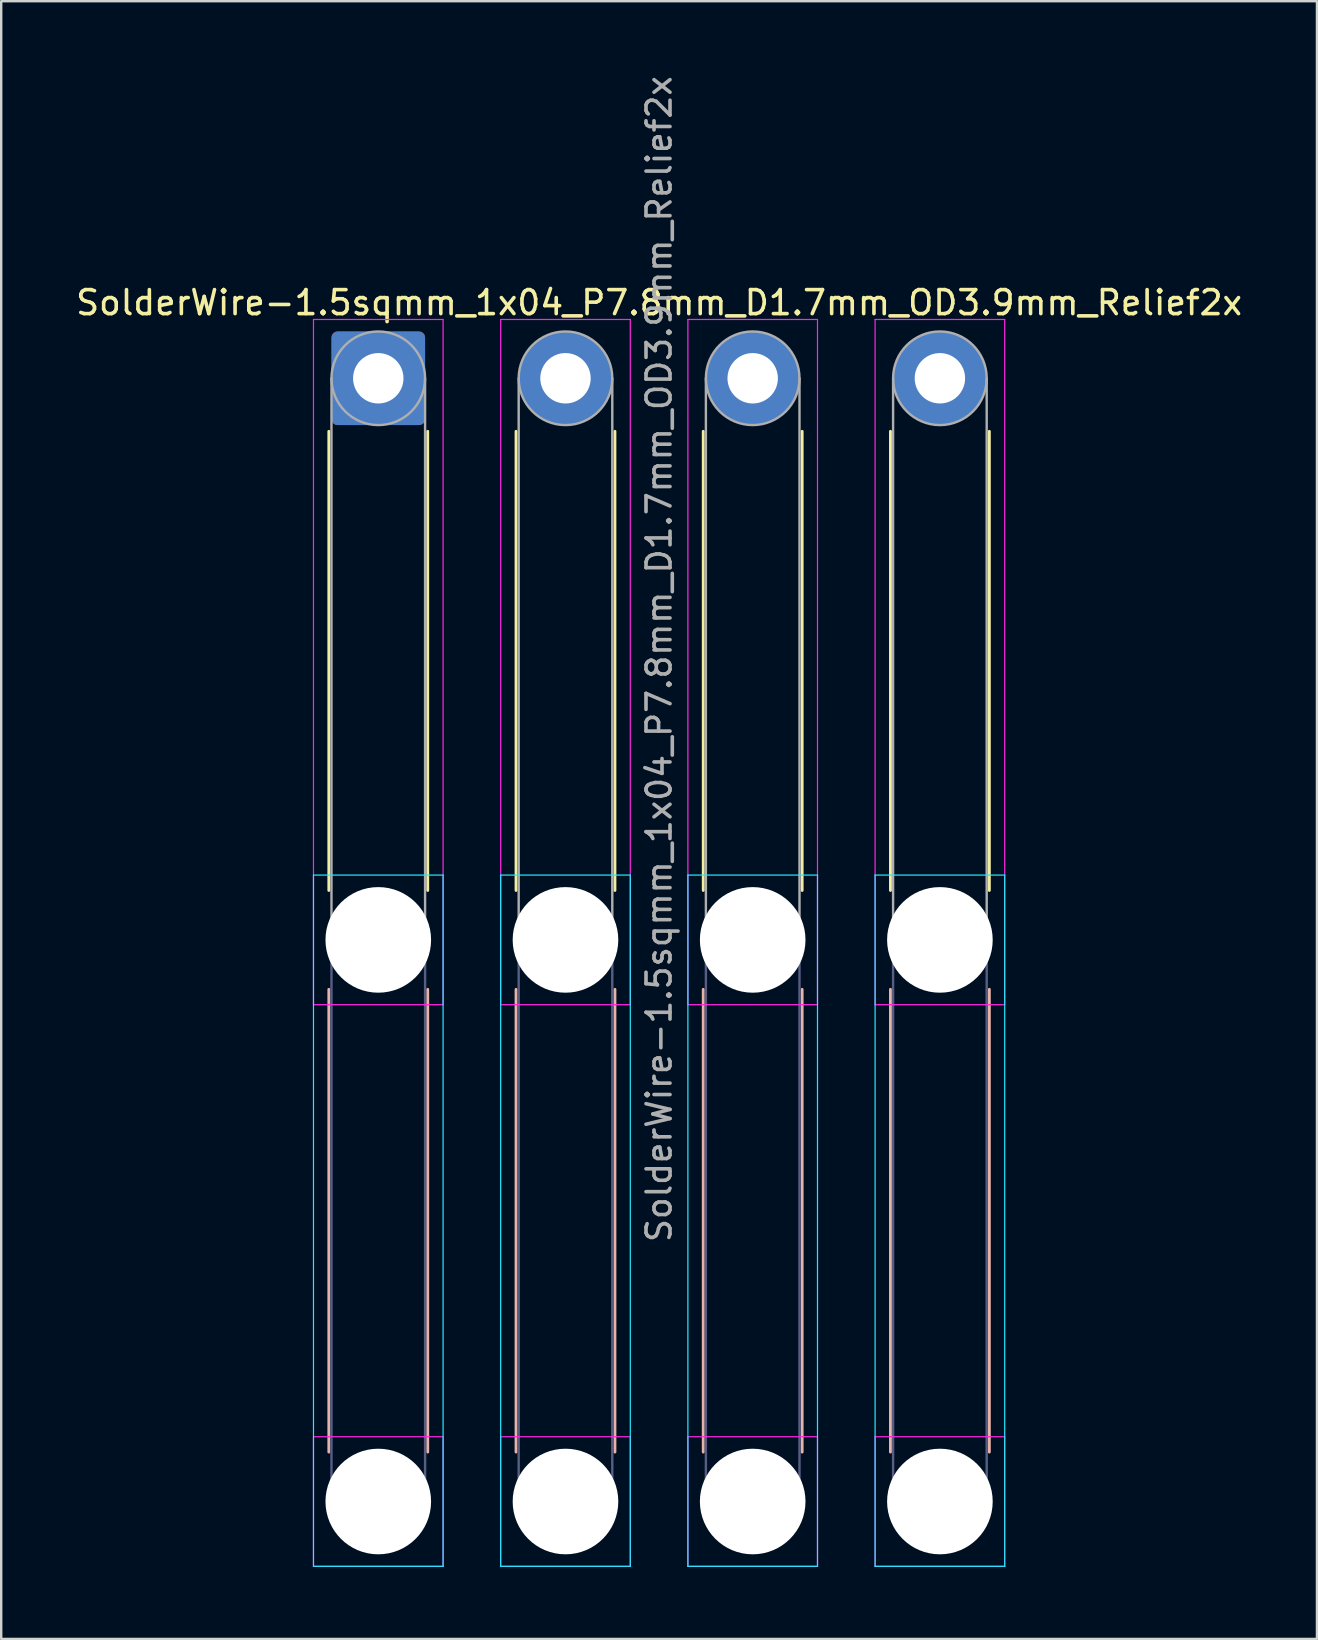
<source format=kicad_pcb>
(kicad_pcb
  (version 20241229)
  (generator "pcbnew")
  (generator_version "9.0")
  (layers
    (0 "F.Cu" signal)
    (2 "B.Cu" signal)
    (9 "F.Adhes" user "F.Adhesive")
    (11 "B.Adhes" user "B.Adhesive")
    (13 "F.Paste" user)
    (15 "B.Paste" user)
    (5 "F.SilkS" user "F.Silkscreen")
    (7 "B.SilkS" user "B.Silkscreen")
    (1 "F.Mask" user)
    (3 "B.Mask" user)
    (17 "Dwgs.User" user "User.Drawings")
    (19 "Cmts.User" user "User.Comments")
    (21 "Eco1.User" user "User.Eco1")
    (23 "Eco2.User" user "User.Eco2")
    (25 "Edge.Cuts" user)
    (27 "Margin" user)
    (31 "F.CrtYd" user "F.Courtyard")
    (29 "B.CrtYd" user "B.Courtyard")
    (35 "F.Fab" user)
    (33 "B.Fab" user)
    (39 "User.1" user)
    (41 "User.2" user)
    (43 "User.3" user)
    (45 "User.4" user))
  (footprint "SolderWire-1.5sqmm_1x04_P7.8mm_D1.7mm_OD3.9mm_Relief2x"
    (layer "F.Cu")
    (at 12.711 12.711)
    (property "Reference" "SolderWire-1.5sqmm_1x04_P7.8mm_D1.7mm_OD3.9mm_Relief2x" (at 11.7 -3.15 0) (layer "F.SilkS") (effects (font (size 1 1) (thickness 0.15))))
    (attr exclude_from_pos_files exclude_from_bom)
    (fp_line (start -2.06 2.21) (end -2.06 21.34) (stroke (width 0.12) (type solid)) (layer "F.SilkS"))
    (fp_line (start 2.06 2.21) (end 2.06 21.34) (stroke (width 0.12) (type solid)) (layer "F.SilkS"))
    (fp_line (start 5.74 2.21) (end 5.74 21.34) (stroke (width 0.12) (type solid)) (layer "F.SilkS"))
    (fp_line (start 9.86 2.21) (end 9.86 21.34) (stroke (width 0.12) (type solid)) (layer "F.SilkS"))
    (fp_line (start 13.54 2.21) (end 13.54 21.34) (stroke (width 0.12) (type solid)) (layer "F.SilkS"))
    (fp_line (start 17.66 2.21) (end 17.66 21.34) (stroke (width 0.12) (type solid)) (layer "F.SilkS"))
    (fp_line (start 21.34 2.21) (end 21.34 21.34) (stroke (width 0.12) (type solid)) (layer "F.SilkS"))
    (fp_line (start 25.46 2.21) (end 25.46 21.34) (stroke (width 0.12) (type solid)) (layer "F.SilkS"))
    (fp_line (start -2.06 25.46) (end -2.06 44.74) (stroke (width 0.12) (type solid)) (layer "B.SilkS"))
    (fp_line (start 2.06 25.46) (end 2.06 44.74) (stroke (width 0.12) (type solid)) (layer "B.SilkS"))
    (fp_line (start 5.74 25.46) (end 5.74 44.74) (stroke (width 0.12) (type solid)) (layer "B.SilkS"))
    (fp_line (start 9.86 25.46) (end 9.86 44.74) (stroke (width 0.12) (type solid)) (layer "B.SilkS"))
    (fp_line (start 13.54 25.46) (end 13.54 44.74) (stroke (width 0.12) (type solid)) (layer "B.SilkS"))
    (fp_line (start 17.66 25.46) (end 17.66 44.74) (stroke (width 0.12) (type solid)) (layer "B.SilkS"))
    (fp_line (start 21.34 25.46) (end 21.34 44.74) (stroke (width 0.12) (type solid)) (layer "B.SilkS"))
    (fp_line (start 25.46 25.46) (end 25.46 44.74) (stroke (width 0.12) (type solid)) (layer "B.SilkS"))
    (fp_line (start -2.7 20.7) (end -2.7 49.5) (stroke (width 0.05) (type solid)) (layer "B.CrtYd"))
    (fp_line (start -2.7 49.5) (end 2.7 49.5) (stroke (width 0.05) (type solid)) (layer "B.CrtYd"))
    (fp_line (start 2.7 20.7) (end -2.7 20.7) (stroke (width 0.05) (type solid)) (layer "B.CrtYd"))
    (fp_line (start 2.7 49.5) (end 2.7 20.7) (stroke (width 0.05) (type solid)) (layer "B.CrtYd"))
    (fp_line (start 5.1 20.7) (end 5.1 49.5) (stroke (width 0.05) (type solid)) (layer "B.CrtYd"))
    (fp_line (start 5.1 49.5) (end 10.5 49.5) (stroke (width 0.05) (type solid)) (layer "B.CrtYd"))
    (fp_line (start 10.5 20.7) (end 5.1 20.7) (stroke (width 0.05) (type solid)) (layer "B.CrtYd"))
    (fp_line (start 10.5 49.5) (end 10.5 20.7) (stroke (width 0.05) (type solid)) (layer "B.CrtYd"))
    (fp_line (start 12.9 20.7) (end 12.9 49.5) (stroke (width 0.05) (type solid)) (layer "B.CrtYd"))
    (fp_line (start 12.9 49.5) (end 18.3 49.5) (stroke (width 0.05) (type solid)) (layer "B.CrtYd"))
    (fp_line (start 18.3 20.7) (end 12.9 20.7) (stroke (width 0.05) (type solid)) (layer "B.CrtYd"))
    (fp_line (start 18.3 49.5) (end 18.3 20.7) (stroke (width 0.05) (type solid)) (layer "B.CrtYd"))
    (fp_line (start 20.7 20.7) (end 20.7 49.5) (stroke (width 0.05) (type solid)) (layer "B.CrtYd"))
    (fp_line (start 20.7 49.5) (end 26.1 49.5) (stroke (width 0.05) (type solid)) (layer "B.CrtYd"))
    (fp_line (start 26.1 20.7) (end 20.7 20.7) (stroke (width 0.05) (type solid)) (layer "B.CrtYd"))
    (fp_line (start 26.1 49.5) (end 26.1 20.7) (stroke (width 0.05) (type solid)) (layer "B.CrtYd"))
    (fp_line (start -2.7 -2.45) (end -2.7 26.1) (stroke (width 0.05) (type solid)) (layer "F.CrtYd"))
    (fp_line (start -2.7 26.1) (end 2.7 26.1) (stroke (width 0.05) (type solid)) (layer "F.CrtYd"))
    (fp_line (start -2.7 44.1) (end -2.7 49.5) (stroke (width 0.05) (type solid)) (layer "F.CrtYd"))
    (fp_line (start -2.7 49.5) (end 2.7 49.5) (stroke (width 0.05) (type solid)) (layer "F.CrtYd"))
    (fp_line (start 2.7 -2.45) (end -2.7 -2.45) (stroke (width 0.05) (type solid)) (layer "F.CrtYd"))
    (fp_line (start 2.7 26.1) (end 2.7 -2.45) (stroke (width 0.05) (type solid)) (layer "F.CrtYd"))
    (fp_line (start 2.7 44.1) (end -2.7 44.1) (stroke (width 0.05) (type solid)) (layer "F.CrtYd"))
    (fp_line (start 2.7 49.5) (end 2.7 44.1) (stroke (width 0.05) (type solid)) (layer "F.CrtYd"))
    (fp_line (start 5.1 -2.45) (end 5.1 26.1) (stroke (width 0.05) (type solid)) (layer "F.CrtYd"))
    (fp_line (start 5.1 26.1) (end 10.5 26.1) (stroke (width 0.05) (type solid)) (layer "F.CrtYd"))
    (fp_line (start 5.1 44.1) (end 5.1 49.5) (stroke (width 0.05) (type solid)) (layer "F.CrtYd"))
    (fp_line (start 5.1 49.5) (end 10.5 49.5) (stroke (width 0.05) (type solid)) (layer "F.CrtYd"))
    (fp_line (start 10.5 -2.45) (end 5.1 -2.45) (stroke (width 0.05) (type solid)) (layer "F.CrtYd"))
    (fp_line (start 10.5 26.1) (end 10.5 -2.45) (stroke (width 0.05) (type solid)) (layer "F.CrtYd"))
    (fp_line (start 10.5 44.1) (end 5.1 44.1) (stroke (width 0.05) (type solid)) (layer "F.CrtYd"))
    (fp_line (start 10.5 49.5) (end 10.5 44.1) (stroke (width 0.05) (type solid)) (layer "F.CrtYd"))
    (fp_line (start 12.9 -2.45) (end 12.9 26.1) (stroke (width 0.05) (type solid)) (layer "F.CrtYd"))
    (fp_line (start 12.9 26.1) (end 18.3 26.1) (stroke (width 0.05) (type solid)) (layer "F.CrtYd"))
    (fp_line (start 12.9 44.1) (end 12.9 49.5) (stroke (width 0.05) (type solid)) (layer "F.CrtYd"))
    (fp_line (start 12.9 49.5) (end 18.3 49.5) (stroke (width 0.05) (type solid)) (layer "F.CrtYd"))
    (fp_line (start 18.3 -2.45) (end 12.9 -2.45) (stroke (width 0.05) (type solid)) (layer "F.CrtYd"))
    (fp_line (start 18.3 26.1) (end 18.3 -2.45) (stroke (width 0.05) (type solid)) (layer "F.CrtYd"))
    (fp_line (start 18.3 44.1) (end 12.9 44.1) (stroke (width 0.05) (type solid)) (layer "F.CrtYd"))
    (fp_line (start 18.3 49.5) (end 18.3 44.1) (stroke (width 0.05) (type solid)) (layer "F.CrtYd"))
    (fp_line (start 20.7 -2.45) (end 20.7 26.1) (stroke (width 0.05) (type solid)) (layer "F.CrtYd"))
    (fp_line (start 20.7 26.1) (end 26.1 26.1) (stroke (width 0.05) (type solid)) (layer "F.CrtYd"))
    (fp_line (start 20.7 44.1) (end 20.7 49.5) (stroke (width 0.05) (type solid)) (layer "F.CrtYd"))
    (fp_line (start 20.7 49.5) (end 26.1 49.5) (stroke (width 0.05) (type solid)) (layer "F.CrtYd"))
    (fp_line (start 26.1 -2.45) (end 20.7 -2.45) (stroke (width 0.05) (type solid)) (layer "F.CrtYd"))
    (fp_line (start 26.1 26.1) (end 26.1 -2.45) (stroke (width 0.05) (type solid)) (layer "F.CrtYd"))
    (fp_line (start 26.1 44.1) (end 20.7 44.1) (stroke (width 0.05) (type solid)) (layer "F.CrtYd"))
    (fp_line (start 26.1 49.5) (end 26.1 44.1) (stroke (width 0.05) (type solid)) (layer "F.CrtYd"))
    (fp_line (start -1.95 23.4) (end -1.95 46.8) (stroke (width 0.1) (type solid)) (layer "B.Fab"))
    (fp_line (start 1.95 23.4) (end 1.95 46.8) (stroke (width 0.1) (type solid)) (layer "B.Fab"))
    (fp_line (start 5.85 23.4) (end 5.85 46.8) (stroke (width 0.1) (type solid)) (layer "B.Fab"))
    (fp_line (start 9.75 23.4) (end 9.75 46.8) (stroke (width 0.1) (type solid)) (layer "B.Fab"))
    (fp_line (start 13.65 23.4) (end 13.65 46.8) (stroke (width 0.1) (type solid)) (layer "B.Fab"))
    (fp_line (start 17.55 23.4) (end 17.55 46.8) (stroke (width 0.1) (type solid)) (layer "B.Fab"))
    (fp_line (start 21.45 23.4) (end 21.45 46.8) (stroke (width 0.1) (type solid)) (layer "B.Fab"))
    (fp_line (start 25.35 23.4) (end 25.35 46.8) (stroke (width 0.1) (type solid)) (layer "B.Fab"))
    (fp_circle (center 0 23.4) (end 1.95 23.4) (stroke (width 0.1) (type solid)) (fill no) (layer "B.Fab"))
    (fp_circle (center 0 46.8) (end 1.95 46.8) (stroke (width 0.1) (type solid)) (fill no) (layer "B.Fab"))
    (fp_circle (center 7.8 23.4) (end 9.75 23.4) (stroke (width 0.1) (type solid)) (fill no) (layer "B.Fab"))
    (fp_circle (center 7.8 46.8) (end 9.75 46.8) (stroke (width 0.1) (type solid)) (fill no) (layer "B.Fab"))
    (fp_circle (center 15.6 23.4) (end 17.55 23.4) (stroke (width 0.1) (type solid)) (fill no) (layer "B.Fab"))
    (fp_circle (center 15.6 46.8) (end 17.55 46.8) (stroke (width 0.1) (type solid)) (fill no) (layer "B.Fab"))
    (fp_circle (center 23.4 23.4) (end 25.35 23.4) (stroke (width 0.1) (type solid)) (fill no) (layer "B.Fab"))
    (fp_circle (center 23.4 46.8) (end 25.35 46.8) (stroke (width 0.1) (type solid)) (fill no) (layer "B.Fab"))
    (fp_line (start -1.95 0) (end -1.95 23.4) (stroke (width 0.1) (type solid)) (layer "F.Fab"))
    (fp_line (start 1.95 0) (end 1.95 23.4) (stroke (width 0.1) (type solid)) (layer "F.Fab"))
    (fp_line (start 5.85 0) (end 5.85 23.4) (stroke (width 0.1) (type solid)) (layer "F.Fab"))
    (fp_line (start 9.75 0) (end 9.75 23.4) (stroke (width 0.1) (type solid)) (layer "F.Fab"))
    (fp_line (start 13.65 0) (end 13.65 23.4) (stroke (width 0.1) (type solid)) (layer "F.Fab"))
    (fp_line (start 17.55 0) (end 17.55 23.4) (stroke (width 0.1) (type solid)) (layer "F.Fab"))
    (fp_line (start 21.45 0) (end 21.45 23.4) (stroke (width 0.1) (type solid)) (layer "F.Fab"))
    (fp_line (start 25.35 0) (end 25.35 23.4) (stroke (width 0.1) (type solid)) (layer "F.Fab"))
    (fp_circle (center 0 0) (end 1.95 0) (stroke (width 0.1) (type solid)) (fill no) (layer "F.Fab"))
    (fp_circle (center 0 23.4) (end 1.95 23.4) (stroke (width 0.1) (type solid)) (fill no) (layer "F.Fab"))
    (fp_circle (center 0 46.8) (end 1.95 46.8) (stroke (width 0.1) (type solid)) (fill no) (layer "F.Fab"))
    (fp_circle (center 7.8 0) (end 9.75 0) (stroke (width 0.1) (type solid)) (fill no) (layer "F.Fab"))
    (fp_circle (center 7.8 23.4) (end 9.75 23.4) (stroke (width 0.1) (type solid)) (fill no) (layer "F.Fab"))
    (fp_circle (center 7.8 46.8) (end 9.75 46.8) (stroke (width 0.1) (type solid)) (fill no) (layer "F.Fab"))
    (fp_circle (center 15.6 0) (end 17.55 0) (stroke (width 0.1) (type solid)) (fill no) (layer "F.Fab"))
    (fp_circle (center 15.6 23.4) (end 17.55 23.4) (stroke (width 0.1) (type solid)) (fill no) (layer "F.Fab"))
    (fp_circle (center 15.6 46.8) (end 17.55 46.8) (stroke (width 0.1) (type solid)) (fill no) (layer "F.Fab"))
    (fp_circle (center 23.4 0) (end 25.35 0) (stroke (width 0.1) (type solid)) (fill no) (layer "F.Fab"))
    (fp_circle (center 23.4 23.4) (end 25.35 23.4) (stroke (width 0.1) (type solid)) (fill no) (layer "F.Fab"))
    (fp_circle (center 23.4 46.8) (end 25.35 46.8) (stroke (width 0.1) (type solid)) (fill no) (layer "F.Fab"))
    (fp_text user "${REFERENCE}" (at 11.7 11.7 90) (layer "F.Fab") (effects (font (size 1 1) (thickness 0.15))))
    (pad "" np_thru_hole circle (at 0 23.4) (size 4.4 4.4) (drill 4.4) (layers "*.Cu" "*.Mask"))
    (pad "" np_thru_hole circle (at 0 46.8) (size 4.4 4.4) (drill 4.4) (layers "*.Cu" "*.Mask"))
    (pad "" np_thru_hole circle (at 7.8 23.4) (size 4.4 4.4) (drill 4.4) (layers "*.Cu" "*.Mask"))
    (pad "" np_thru_hole circle (at 7.8 46.8) (size 4.4 4.4) (drill 4.4) (layers "*.Cu" "*.Mask"))
    (pad "" np_thru_hole circle (at 15.6 23.4) (size 4.4 4.4) (drill 4.4) (layers "*.Cu" "*.Mask"))
    (pad "" np_thru_hole circle (at 15.6 46.8) (size 4.4 4.4) (drill 4.4) (layers "*.Cu" "*.Mask"))
    (pad "" np_thru_hole circle (at 23.4 23.4) (size 4.4 4.4) (drill 4.4) (layers "*.Cu" "*.Mask"))
    (pad "" np_thru_hole circle (at 23.4 46.8) (size 4.4 4.4) (drill 4.4) (layers "*.Cu" "*.Mask"))
    (pad "1" thru_hole roundrect (at 0 0) (size 3.9 3.9) (drill 2.1) (layers "*.Cu" "*.Mask") (roundrect_rratio 0.064))
    (pad "2" thru_hole circle (at 7.8 0) (size 3.9 3.9) (drill 2.1) (layers "*.Cu" "*.Mask"))
    (pad "3" thru_hole circle (at 15.6 0) (size 3.9 3.9) (drill 2.1) (layers "*.Cu" "*.Mask"))
    (pad "4" thru_hole circle (at 23.4 0) (size 3.9 3.9) (drill 2.1) (layers "*.Cu" "*.Mask")))
  (gr_rect
    (start -3 -3)
    (end 51.821 65.236)
    (stroke (width 0.1) (type default))
    (fill no)
    (layer "Edge.Cuts")))
</source>
